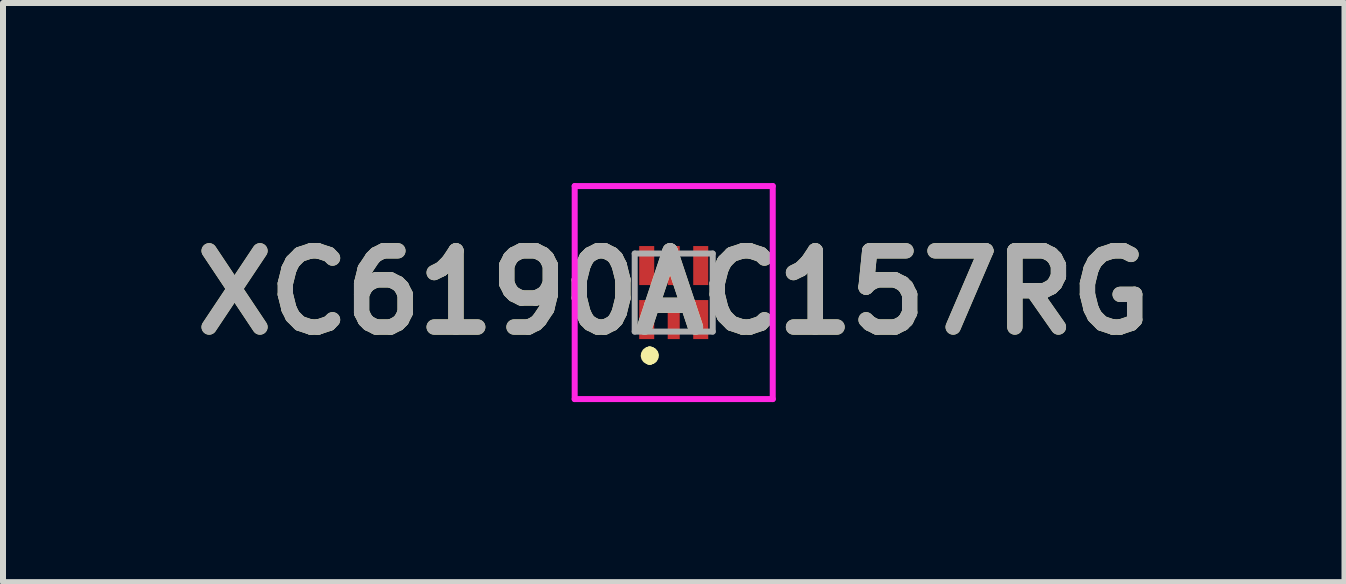
<source format=kicad_pcb>
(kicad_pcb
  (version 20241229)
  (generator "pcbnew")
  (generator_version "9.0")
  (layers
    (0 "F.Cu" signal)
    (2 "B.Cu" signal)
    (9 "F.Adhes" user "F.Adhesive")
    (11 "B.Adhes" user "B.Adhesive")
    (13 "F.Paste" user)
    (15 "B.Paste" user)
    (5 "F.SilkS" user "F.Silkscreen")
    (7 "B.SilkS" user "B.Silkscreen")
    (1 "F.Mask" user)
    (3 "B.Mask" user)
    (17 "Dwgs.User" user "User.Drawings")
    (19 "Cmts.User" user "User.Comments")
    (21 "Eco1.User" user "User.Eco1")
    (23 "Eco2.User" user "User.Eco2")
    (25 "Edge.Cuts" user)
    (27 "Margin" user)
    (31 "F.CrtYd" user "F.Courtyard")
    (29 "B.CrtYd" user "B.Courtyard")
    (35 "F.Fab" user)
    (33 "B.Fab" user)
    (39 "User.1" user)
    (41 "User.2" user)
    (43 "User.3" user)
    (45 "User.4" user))
  (footprint "XC6190AC157RG"
    (layer "F.Cu")
    (at 8.176 1.825)
    (property "Reference" "XC6190AC157RG" (at 0 0 0) (layer "F.SilkS") (effects (font (size 1.27 1.27) (thickness 0.254))))
    (attr smd)
    (fp_line (start -0.4 1) (end -0.4 1) (stroke (width 0.2) (type solid)) (layer "F.SilkS"))
    (fp_line (start -0.4 1.1) (end -0.4 1.1) (stroke (width 0.2) (type solid)) (layer "F.SilkS"))
    (fp_line (start -0.4 1.1) (end -0.4 1.1) (stroke (width 0.2) (type solid)) (layer "F.SilkS"))
    (fp_arc (start -0.4 1) (mid -0.35 1.05) (end -0.4 1.1) (stroke (width 0.2) (type solid)) (layer "F.SilkS"))
    (fp_arc (start -0.4 1) (mid -0.35 1.05) (end -0.4 1.1) (stroke (width 0.2) (type solid)) (layer "F.SilkS"))
    (fp_arc (start -0.4 1.1) (mid -0.45 1.05) (end -0.4 1) (stroke (width 0.2) (type solid)) (layer "F.SilkS"))
    (fp_line (start -1.65 -1.775) (end 1.65 -1.775) (stroke (width 0.1) (type solid)) (layer "F.CrtYd"))
    (fp_line (start -1.65 1.775) (end -1.65 -1.775) (stroke (width 0.1) (type solid)) (layer "F.CrtYd"))
    (fp_line (start 1.65 -1.775) (end 1.65 1.775) (stroke (width 0.1) (type solid)) (layer "F.CrtYd"))
    (fp_line (start 1.65 1.775) (end -1.65 1.775) (stroke (width 0.1) (type solid)) (layer "F.CrtYd"))
    (fp_line (start -0.65 -0.65) (end -0.65 0.65) (stroke (width 0.1) (type solid)) (layer "F.Fab"))
    (fp_line (start -0.65 0.65) (end 0.65 0.65) (stroke (width 0.1) (type solid)) (layer "F.Fab"))
    (fp_line (start 0.65 -0.65) (end -0.65 -0.65) (stroke (width 0.1) (type solid)) (layer "F.Fab"))
    (fp_line (start 0.65 0.65) (end 0.65 -0.65) (stroke (width 0.1) (type solid)) (layer "F.Fab"))
    (fp_text user "${REFERENCE}" (at 0 0 0) (layer "F.Fab") (effects (font (size 1.27 1.27) (thickness 0.254))))
    (pad "1" smd rect (at -0.45 0.45) (size 0.25 0.65) (layers "F.Cu" "F.Mask" "F.Paste"))
    (pad "2" smd rect (at 0 0.45) (size 0.2 0.65) (layers "F.Cu" "F.Mask" "F.Paste"))
    (pad "3" smd rect (at 0.45 0.45) (size 0.25 0.65) (layers "F.Cu" "F.Mask" "F.Paste"))
    (pad "4" smd rect (at 0.45 -0.45) (size 0.25 0.65) (layers "F.Cu" "F.Mask" "F.Paste"))
    (pad "5" smd rect (at 0 -0.45) (size 0.2 0.65) (layers "F.Cu" "F.Mask" "F.Paste"))
    (pad "6" smd rect (at -0.45 -0.45) (size 0.25 0.65) (layers "F.Cu" "F.Mask" "F.Paste")))
  (gr_rect
    (start -3 -3)
    (end 19.353 6.65)
    (stroke (width 0.1) (type default))
    (fill no)
    (layer "Edge.Cuts")))
</source>
